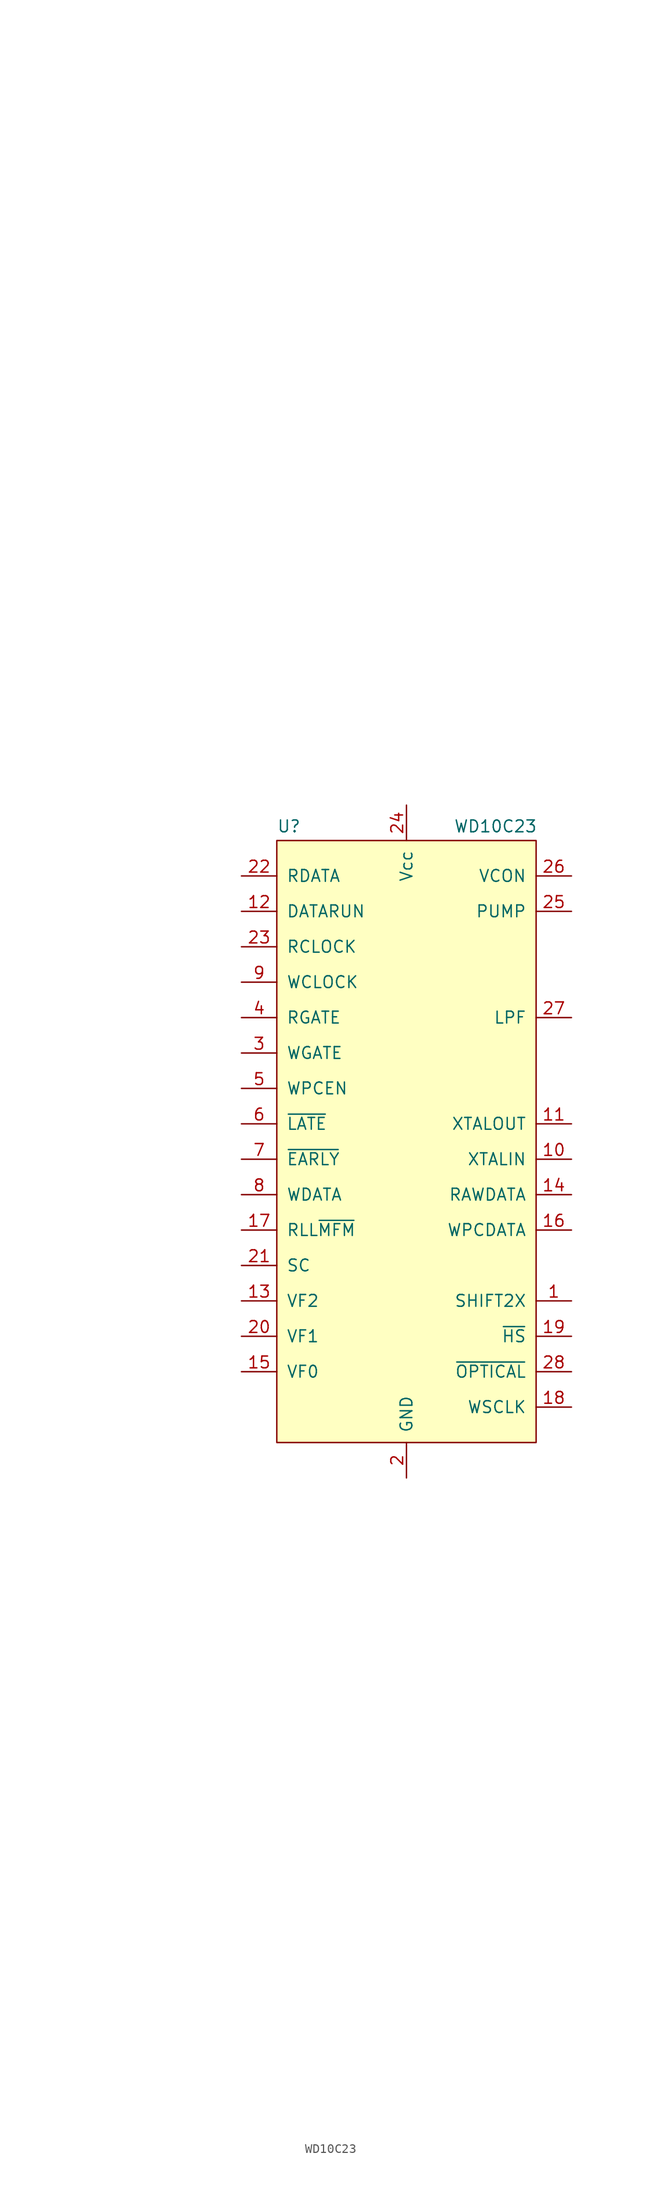
<source format=kicad_sym>
(kicad_symbol_lib
  (version 20241209)
  (generator "kicad_symbol_editor")
  (generator_version "9.0")
  (symbol "WD10C23"
    (pin_names
      (offset 1.016))
    (property "Reference" "U"
      (at -13.97 34.544 0)
      (do_not_autoplace)
      (effects (font (size 1.27 1.27)) (justify left)))
    (property "Value" "WD10C23"
      (at 5.08 34.544 0)
      (do_not_autoplace)
      (effects (font (size 1.27 1.27)) (justify left)))
    (symbol "WD10C23_0_0"
      (text "" (at -34.29 100.33 0) (effects (font (size 1.27 1.27))))
      (text "" (at 7.62 -87.63 0) (effects (font (size 1.27 1.27)))))
    (symbol "WD10C23_1_1"
      (rectangle (start -13.97 33.02) (end 13.97 -31.75) (stroke (width 0) (type default)) (fill (type background)))
      (pin output line (at -17.78 29.21 0) (length 3.81) (name "RDATA" (effects (font (size 1.27 1.27)))) (number "22" (effects (font (size 1.27 1.27)))))
      (pin output line (at -17.78 25.4 0) (length 3.81) (name "DATARUN" (effects (font (size 1.27 1.27)))) (number "12" (effects (font (size 1.27 1.27)))))
      (pin output line (at -17.78 21.59 0) (length 3.81) (name "RCLOCK" (effects (font (size 1.27 1.27)))) (number "23" (effects (font (size 1.27 1.27)))))
      (pin output line (at -17.78 17.78 0) (length 3.81) (name "WCLOCK" (effects (font (size 1.27 1.27)))) (number "9" (effects (font (size 1.27 1.27)))))
      (pin input line (at -17.78 13.97 0) (length 3.81) (name "RGATE" (effects (font (size 1.27 1.27)))) (number "4" (effects (font (size 1.27 1.27)))))
      (pin input line (at -17.78 10.16 0) (length 3.81) (name "WGATE" (effects (font (size 1.27 1.27)))) (number "3" (effects (font (size 1.27 1.27)))))
      (pin input line (at -17.78 6.35 0) (length 3.81) (name "WPCEN" (effects (font (size 1.27 1.27)))) (number "5" (effects (font (size 1.27 1.27)))))
      (pin input line (at -17.78 2.54 0) (length 3.81) (name "~{LATE}" (effects (font (size 1.27 1.27)))) (number "6" (effects (font (size 1.27 1.27)))))
      (pin input line (at -17.78 -1.27 0) (length 3.81) (name "~{EARLY}" (effects (font (size 1.27 1.27)))) (number "7" (effects (font (size 1.27 1.27)))))
      (pin input line (at -17.78 -5.08 0) (length 3.81) (name "WDATA" (effects (font (size 1.27 1.27)))) (number "8" (effects (font (size 1.27 1.27)))))
      (pin input line (at -17.78 -8.89 0) (length 3.81) (name "RLL~{MFM}" (effects (font (size 1.27 1.27)))) (number "17" (effects (font (size 1.27 1.27)))))
      (pin input line (at -17.78 -12.7 0) (length 3.81) (name "SC" (effects (font (size 1.27 1.27)))) (number "21" (effects (font (size 1.27 1.27)))))
      (pin input line (at -17.78 -16.51 0) (length 3.81) (name "VF2" (effects (font (size 1.27 1.27)))) (number "13" (effects (font (size 1.27 1.27)))))
      (pin input line (at -17.78 -20.32 0) (length 3.81) (name "VF1" (effects (font (size 1.27 1.27)))) (number "20" (effects (font (size 1.27 1.27)))))
      (pin input line (at -17.78 -24.13 0) (length 3.81) (name "VF0" (effects (font (size 1.27 1.27)))) (number "15" (effects (font (size 1.27 1.27)))))
      (pin power_in line (at 0 36.83 270) (length 3.81) (name "Vcc" (effects (font (size 1.27 1.27)))) (number "24" (effects (font (size 1.27 1.27)))))
      (pin power_in line (at 0 -35.56 90) (length 3.81) (name "GND" (effects (font (size 1.27 1.27)))) (number "2" (effects (font (size 1.27 1.27)))))
      (pin input line (at 17.78 29.21 180) (length 3.81) (name "VCON" (effects (font (size 1.27 1.27)))) (number "26" (effects (font (size 1.27 1.27)))))
      (pin bidirectional line (at 17.78 25.4 180) (length 3.81) (name "PUMP" (effects (font (size 1.27 1.27)))) (number "25" (effects (font (size 1.27 1.27)))))
      (pin output line (at 17.78 13.97 180) (length 3.81) (name "LPF" (effects (font (size 1.27 1.27)))) (number "27" (effects (font (size 1.27 1.27)))))
      (pin output line (at 17.78 2.54 180) (length 3.81) (name "XTALOUT" (effects (font (size 1.27 1.27)))) (number "11" (effects (font (size 1.27 1.27)))))
      (pin input line (at 17.78 -1.27 180) (length 3.81) (name "XTALIN" (effects (font (size 1.27 1.27)))) (number "10" (effects (font (size 1.27 1.27)))))
      (pin input line (at 17.78 -5.08 180) (length 3.81) (name "RAWDATA" (effects (font (size 1.27 1.27)))) (number "14" (effects (font (size 1.27 1.27)))))
      (pin output line (at 17.78 -8.89 180) (length 3.81) (name "WPCDATA" (effects (font (size 1.27 1.27)))) (number "16" (effects (font (size 1.27 1.27)))))
      (pin input line (at 17.78 -16.51 180) (length 3.81) (name "SHIFT2X" (effects (font (size 1.27 1.27)))) (number "1" (effects (font (size 1.27 1.27)))))
      (pin input line (at 17.78 -20.32 180) (length 3.81) (name "~{HS}" (effects (font (size 1.27 1.27)))) (number "19" (effects (font (size 1.27 1.27)))))
      (pin input line (at 17.78 -24.13 180) (length 3.81) (name "~{OPTICAL}" (effects (font (size 1.27 1.27)))) (number "28" (effects (font (size 1.27 1.27)))))
      (pin input line (at 17.78 -27.94 180) (length 3.81) (name "WSCLK" (effects (font (size 1.27 1.27)))) (number "18" (effects (font (size 1.27 1.27))))))))
</source>
